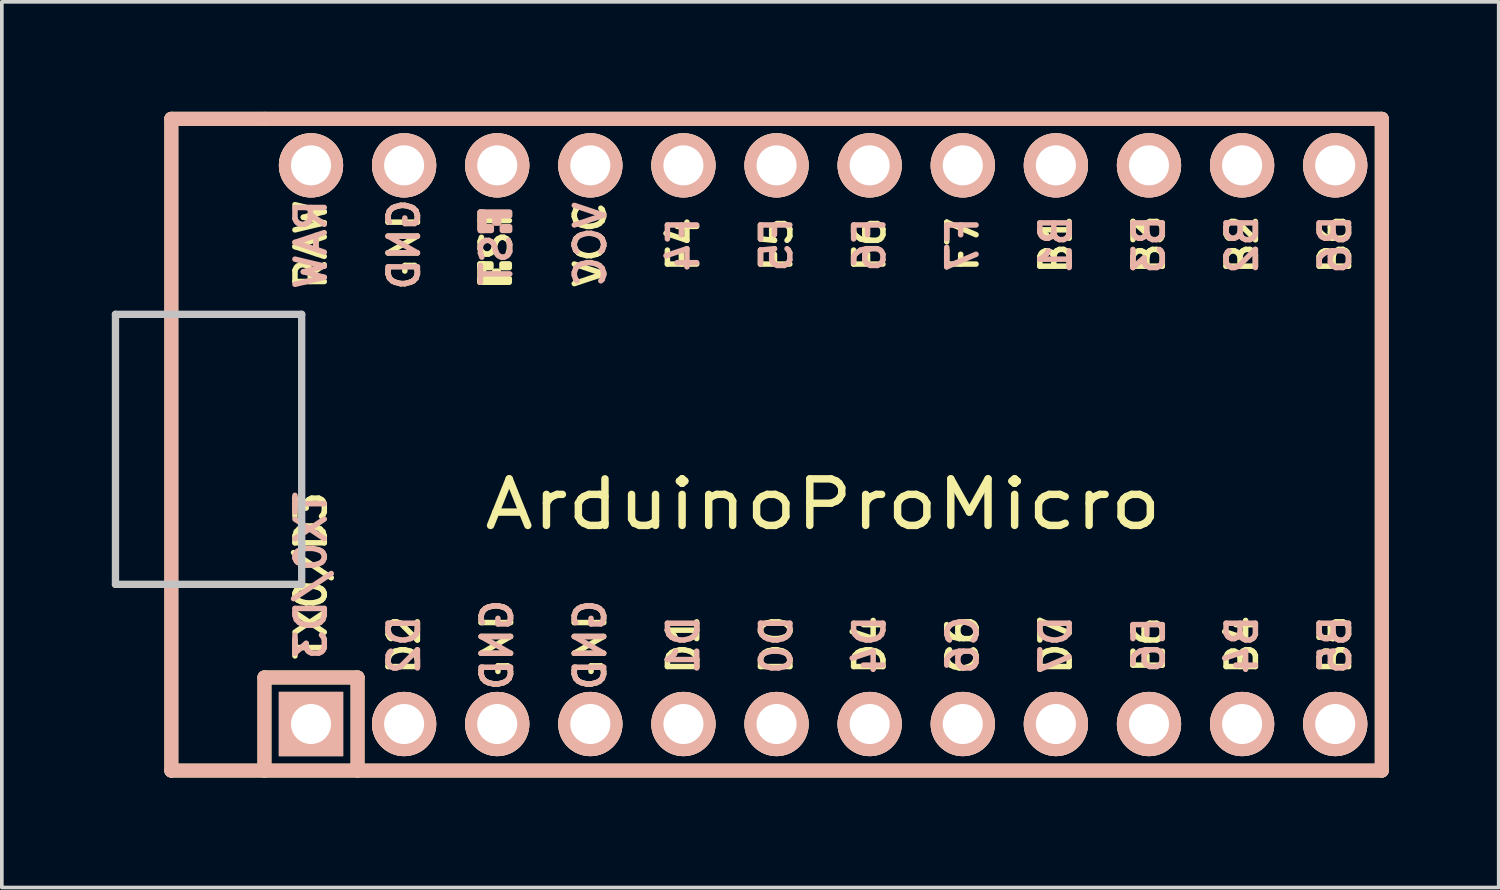
<source format=kicad_pcb>
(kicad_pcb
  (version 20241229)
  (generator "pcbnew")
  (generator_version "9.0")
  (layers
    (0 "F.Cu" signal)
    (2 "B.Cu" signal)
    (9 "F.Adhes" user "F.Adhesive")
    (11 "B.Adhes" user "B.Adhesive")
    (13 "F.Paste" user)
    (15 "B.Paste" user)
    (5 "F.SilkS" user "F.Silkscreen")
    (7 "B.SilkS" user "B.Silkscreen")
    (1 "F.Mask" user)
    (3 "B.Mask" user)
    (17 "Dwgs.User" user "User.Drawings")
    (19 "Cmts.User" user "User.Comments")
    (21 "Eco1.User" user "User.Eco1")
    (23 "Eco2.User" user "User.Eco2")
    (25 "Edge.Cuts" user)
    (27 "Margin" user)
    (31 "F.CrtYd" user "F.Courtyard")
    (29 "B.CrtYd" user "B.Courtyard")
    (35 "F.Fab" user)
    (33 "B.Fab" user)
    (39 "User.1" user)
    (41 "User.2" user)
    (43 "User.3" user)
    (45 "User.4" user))
  (footprint "ArduinoProMicro"
    (layer "F.Cu")
    (at 19.404 9.081)
    (property "Reference" "ArduinoProMicro" (at 0 1.625 0) (layer "F.SilkS") (effects (font (size 1.27 1.524) (thickness 0.203))))
    (attr through_hole)
    (fp_line (start -17.78 -8.89) (end -17.78 8.89) (stroke (width 0.381) (type solid)) (layer "F.SilkS"))
    (fp_line (start -17.78 8.89) (end -15.24 8.89) (stroke (width 0.381) (type solid)) (layer "F.SilkS"))
    (fp_line (start -15.24 -8.89) (end -17.78 -8.89) (stroke (width 0.381) (type solid)) (layer "F.SilkS"))
    (fp_line (start -15.24 6.35) (end -15.24 8.89) (stroke (width 0.381) (type solid)) (layer "F.SilkS"))
    (fp_line (start -15.24 6.35) (end -12.7 6.35) (stroke (width 0.381) (type solid)) (layer "F.SilkS"))
    (fp_line (start -15.24 8.89) (end 15.24 8.89) (stroke (width 0.381) (type solid)) (layer "F.SilkS"))
    (fp_line (start -12.7 6.35) (end -12.7 8.89) (stroke (width 0.381) (type solid)) (layer "F.SilkS"))
    (fp_line (start 15.24 -8.89) (end -15.24 -8.89) (stroke (width 0.381) (type solid)) (layer "F.SilkS"))
    (fp_line (start 15.24 8.89) (end 15.24 -8.89) (stroke (width 0.381) (type solid)) (layer "F.SilkS"))
    (fp_poly (pts (xy -9.361 -4.932) (xy -9.261 -4.932) (xy -9.261 -4.432) (xy -9.361 -4.432)) (stroke (width 0.15) (type solid)) (fill yes) (layer "F.SilkS"))
    (fp_poly (pts (xy -9.361 -4.932) (xy -9.061 -4.932) (xy -9.061 -4.832) (xy -9.361 -4.832)) (stroke (width 0.15) (type solid)) (fill yes) (layer "F.SilkS"))
    (fp_poly (pts (xy -9.361 -4.532) (xy -8.561 -4.532) (xy -8.561 -4.432) (xy -9.361 -4.432)) (stroke (width 0.15) (type solid)) (fill yes) (layer "F.SilkS"))
    (fp_poly (pts (xy -8.961 -4.732) (xy -8.861 -4.732) (xy -8.861 -4.632) (xy -8.961 -4.632)) (stroke (width 0.15) (type solid)) (fill yes) (layer "F.SilkS"))
    (fp_poly (pts (xy -8.761 -4.932) (xy -8.561 -4.932) (xy -8.561 -4.832) (xy -8.761 -4.832)) (stroke (width 0.15) (type solid)) (fill yes) (layer "F.SilkS"))
    (fp_line (start -17.78 -8.89) (end -17.78 8.89) (stroke (width 0.381) (type solid)) (layer "B.SilkS"))
    (fp_line (start -17.78 8.89) (end 15.24 8.89) (stroke (width 0.381) (type solid)) (layer "B.SilkS"))
    (fp_line (start -15.24 6.35) (end -15.24 8.89) (stroke (width 0.381) (type solid)) (layer "B.SilkS"))
    (fp_line (start -15.24 6.35) (end -12.7 6.35) (stroke (width 0.381) (type solid)) (layer "B.SilkS"))
    (fp_line (start -12.7 6.35) (end -12.7 8.89) (stroke (width 0.381) (type solid)) (layer "B.SilkS"))
    (fp_line (start 15.24 -8.89) (end -17.78 -8.89) (stroke (width 0.381) (type solid)) (layer "B.SilkS"))
    (fp_line (start 15.24 8.89) (end 15.24 -8.89) (stroke (width 0.381) (type solid)) (layer "B.SilkS"))
    (fp_poly (pts (xy -9.351 -6.245) (xy -8.551 -6.245) (xy -8.551 -6.345) (xy -9.351 -6.345)) (stroke (width 0.15) (type solid)) (fill yes) (layer "B.SilkS"))
    (fp_poly (pts (xy -9.351 -5.845) (xy -9.251 -5.845) (xy -9.251 -6.345) (xy -9.351 -6.345)) (stroke (width 0.15) (type solid)) (fill yes) (layer "B.SilkS"))
    (fp_poly (pts (xy -9.351 -5.845) (xy -9.051 -5.845) (xy -9.051 -5.945) (xy -9.351 -5.945)) (stroke (width 0.15) (type solid)) (fill yes) (layer "B.SilkS"))
    (fp_poly (pts (xy -8.951 -6.045) (xy -8.851 -6.045) (xy -8.851 -6.145) (xy -8.951 -6.145)) (stroke (width 0.15) (type solid)) (fill yes) (layer "B.SilkS"))
    (fp_poly (pts (xy -8.751 -5.845) (xy -8.551 -5.845) (xy -8.551 -5.945) (xy -8.751 -5.945)) (stroke (width 0.15) (type solid)) (fill yes) (layer "B.SilkS"))
    (fp_line (start -19.304 -3.556) (end -14.224 -3.556) (stroke (width 0.2) (type solid)) (layer "Dwgs.User"))
    (fp_line (start -19.304 3.81) (end -19.304 -3.556) (stroke (width 0.2) (type solid)) (layer "Dwgs.User"))
    (fp_line (start -14.224 -3.556) (end -14.224 3.81) (stroke (width 0.2) (type solid)) (layer "Dwgs.User"))
    (fp_line (start -14.224 3.81) (end -19.304 3.81) (stroke (width 0.2) (type solid)) (layer "Dwgs.User"))
    (fp_text user "B5" (at 13.97 5.461 90) (layer "F.SilkS") (effects (font (size 0.8 0.8) (thickness 0.15))))
    (fp_text user "F5" (at -1.27 -5.461 90) (layer "F.SilkS") (effects (font (size 0.8 0.8) (thickness 0.15))))
    (fp_text user "D7" (at 6.35 5.461 90) (layer "F.SilkS") (effects (font (size 0.8 0.8) (thickness 0.15))))
    (fp_text user "D1" (at -3.81 5.461 90) (layer "F.SilkS") (effects (font (size 0.8 0.8) (thickness 0.15))))
    (fp_text user "B2" (at 11.43 -5.461 90) (layer "F.SilkS") (effects (font (size 0.8 0.8) (thickness 0.15))))
    (fp_text user "VCC" (at -6.35 -5.461 90) (layer "F.SilkS") (effects (font (size 0.8 0.8) (thickness 0.15))))
    (fp_text user "B3" (at 8.89 -5.461 90) (layer "F.SilkS") (effects (font (size 0.8 0.8) (thickness 0.15))))
    (fp_text user "E6" (at 8.89 5.461 90) (layer "F.SilkS") (effects (font (size 0.8 0.8) (thickness 0.15))))
    (fp_text user "TX0/D3" (at -13.97 3.572 90) (layer "F.SilkS") (effects (font (size 0.8 0.8) (thickness 0.15))))
    (fp_text user "B1" (at 6.35 -5.461 90) (layer "F.SilkS") (effects (font (size 0.8 0.8) (thickness 0.15))))
    (fp_text user "F6" (at 1.27 -5.461 90) (layer "F.SilkS") (effects (font (size 0.8 0.8) (thickness 0.15))))
    (fp_text user "D4" (at 1.27 5.461 90) (layer "F.SilkS") (effects (font (size 0.8 0.8) (thickness 0.15))))
    (fp_text user "RAW" (at -13.97 -5.461 90) (layer "F.SilkS") (effects (font (size 0.8 0.8) (thickness 0.15))))
    (fp_text user "F7" (at 3.81 -5.461 90) (layer "F.SilkS") (effects (font (size 0.8 0.8) (thickness 0.15))))
    (fp_text user "C6" (at 3.81 5.461 90) (layer "F.SilkS") (effects (font (size 0.8 0.8) (thickness 0.15))))
    (fp_text user "F4" (at -3.81 -5.461 90) (layer "F.SilkS") (effects (font (size 0.8 0.8) (thickness 0.15))))
    (fp_text user "GND" (at -8.89 5.461 90) (layer "F.SilkS") (effects (font (size 0.8 0.8) (thickness 0.15))))
    (fp_text user "D0" (at -1.27 5.461 90) (layer "F.SilkS") (effects (font (size 0.8 0.8) (thickness 0.15))))
    (fp_text user "D2" (at -11.43 5.461 90) (layer "F.SilkS") (effects (font (size 0.8 0.8) (thickness 0.15))))
    (fp_text user "B4" (at 11.43 5.461 90) (layer "F.SilkS") (effects (font (size 0.8 0.8) (thickness 0.15))))
    (fp_text user "GND" (at -6.35 5.461 90) (layer "F.SilkS") (effects (font (size 0.8 0.8) (thickness 0.15))))
    (fp_text user "B6" (at 13.97 -5.461 90) (layer "F.SilkS") (effects (font (size 0.8 0.8) (thickness 0.15))))
    (fp_text user "ST" (at -8.92 -5.733 90) (layer "F.SilkS") (effects (font (size 0.8 0.8) (thickness 0.15))))
    (fp_text user "GND" (at -11.43 -5.461 90) (layer "F.SilkS") (effects (font (size 0.8 0.8) (thickness 0.15))))
    (fp_text user "F7" (at 3.81 -5.461 90) (layer "B.SilkS") (effects (font (size 0.8 0.8) (thickness 0.15)) (justify mirror)))
    (fp_text user "D2" (at -11.43 5.461 90) (layer "B.SilkS") (effects (font (size 0.8 0.8) (thickness 0.15)) (justify mirror)))
    (fp_text user "D7" (at 6.35 5.461 90) (layer "B.SilkS") (effects (font (size 0.8 0.8) (thickness 0.15)) (justify mirror)))
    (fp_text user "D4" (at 1.27 5.461 90) (layer "B.SilkS") (effects (font (size 0.8 0.8) (thickness 0.15)) (justify mirror)))
    (fp_text user "GND" (at -11.43 -5.461 90) (layer "B.SilkS") (effects (font (size 0.8 0.8) (thickness 0.15)) (justify mirror)))
    (fp_text user "F6" (at 1.27 -5.461 90) (layer "B.SilkS") (effects (font (size 0.8 0.8) (thickness 0.15)) (justify mirror)))
    (fp_text user "D1" (at -3.81 5.461 90) (layer "B.SilkS") (effects (font (size 0.8 0.8) (thickness 0.15)) (justify mirror)))
    (fp_text user "TX0/D3" (at -13.97 3.572 90) (layer "B.SilkS") (effects (font (size 0.8 0.8) (thickness 0.15)) (justify mirror)))
    (fp_text user "B1" (at 6.35 -5.461 90) (layer "B.SilkS") (effects (font (size 0.8 0.8) (thickness 0.15)) (justify mirror)))
    (fp_text user "C6" (at 3.81 5.461 90) (layer "B.SilkS") (effects (font (size 0.8 0.8) (thickness 0.15)) (justify mirror)))
    (fp_text user "B6" (at 13.97 -5.461 90) (layer "B.SilkS") (effects (font (size 0.8 0.8) (thickness 0.15)) (justify mirror)))
    (fp_text user "B2" (at 11.43 -5.461 90) (layer "B.SilkS") (effects (font (size 0.8 0.8) (thickness 0.15)) (justify mirror)))
    (fp_text user "ST" (at -8.91 -5.04 90) (layer "B.SilkS") (effects (font (size 0.8 0.8) (thickness 0.15)) (justify mirror)))
    (fp_text user "F4" (at -3.81 -5.461 90) (layer "B.SilkS") (effects (font (size 0.8 0.8) (thickness 0.15)) (justify mirror)))
    (fp_text user "B3" (at 8.89 -5.461 90) (layer "B.SilkS") (effects (font (size 0.8 0.8) (thickness 0.15)) (justify mirror)))
    (fp_text user "F5" (at -1.27 -5.461 90) (layer "B.SilkS") (effects (font (size 0.8 0.8) (thickness 0.15)) (justify mirror)))
    (fp_text user "D0" (at -1.27 5.461 90) (layer "B.SilkS") (effects (font (size 0.8 0.8) (thickness 0.15)) (justify mirror)))
    (fp_text user "B4" (at 11.43 5.461 90) (layer "B.SilkS") (effects (font (size 0.8 0.8) (thickness 0.15)) (justify mirror)))
    (fp_text user "VCC" (at -6.35 -5.461 90) (layer "B.SilkS") (effects (font (size 0.8 0.8) (thickness 0.15)) (justify mirror)))
    (fp_text user "GND" (at -8.89 5.461 90) (layer "B.SilkS") (effects (font (size 0.8 0.8) (thickness 0.15)) (justify mirror)))
    (fp_text user "B5" (at 13.97 5.461 90) (layer "B.SilkS") (effects (font (size 0.8 0.8) (thickness 0.15)) (justify mirror)))
    (fp_text user "RAW" (at -13.97 -5.461 90) (layer "B.SilkS") (effects (font (size 0.8 0.8) (thickness 0.15)) (justify mirror)))
    (fp_text user "E6" (at 8.89 5.461 90) (layer "B.SilkS") (effects (font (size 0.8 0.8) (thickness 0.15)) (justify mirror)))
    (fp_text user "GND" (at -6.35 5.461 90) (layer "B.SilkS") (effects (font (size 0.8 0.8) (thickness 0.15)) (justify mirror)))
    (pad "1" thru_hole rect (at -13.97 7.62) (size 1.753 1.753) (drill 1.092) (layers "*.Cu" "*.SilkS" "*.Mask"))
    (pad "2" thru_hole circle (at -11.43 7.62) (size 1.753 1.753) (drill 1.092) (layers "*.Cu" "*.SilkS" "*.Mask"))
    (pad "3" thru_hole circle (at -8.89 7.62) (size 1.753 1.753) (drill 1.092) (layers "*.Cu" "*.SilkS" "*.Mask"))
    (pad "4" thru_hole circle (at -6.35 7.62) (size 1.753 1.753) (drill 1.092) (layers "*.Cu" "*.SilkS" "*.Mask"))
    (pad "5" thru_hole circle (at -3.81 7.62) (size 1.753 1.753) (drill 1.092) (layers "*.Cu" "*.SilkS" "*.Mask"))
    (pad "6" thru_hole circle (at -1.27 7.62) (size 1.753 1.753) (drill 1.092) (layers "*.Cu" "*.SilkS" "*.Mask"))
    (pad "7" thru_hole circle (at 1.27 7.62) (size 1.753 1.753) (drill 1.092) (layers "*.Cu" "*.SilkS" "*.Mask"))
    (pad "8" thru_hole circle (at 3.81 7.62) (size 1.753 1.753) (drill 1.092) (layers "*.Cu" "*.SilkS" "*.Mask"))
    (pad "9" thru_hole circle (at 6.35 7.62) (size 1.753 1.753) (drill 1.092) (layers "*.Cu" "*.SilkS" "*.Mask"))
    (pad "10" thru_hole circle (at 8.89 7.62) (size 1.753 1.753) (drill 1.092) (layers "*.Cu" "*.SilkS" "*.Mask"))
    (pad "11" thru_hole circle (at 11.43 7.62) (size 1.753 1.753) (drill 1.092) (layers "*.Cu" "*.SilkS" "*.Mask"))
    (pad "12" thru_hole circle (at 13.97 7.62) (size 1.753 1.753) (drill 1.092) (layers "*.Cu" "*.SilkS" "*.Mask"))
    (pad "13" thru_hole circle (at 13.97 -7.62) (size 1.753 1.753) (drill 1.092) (layers "*.Cu" "*.SilkS" "*.Mask"))
    (pad "14" thru_hole circle (at 11.43 -7.62) (size 1.753 1.753) (drill 1.092) (layers "*.Cu" "*.SilkS" "*.Mask"))
    (pad "15" thru_hole circle (at 8.89 -7.62) (size 1.753 1.753) (drill 1.092) (layers "*.Cu" "*.SilkS" "*.Mask"))
    (pad "16" thru_hole circle (at 6.35 -7.62) (size 1.753 1.753) (drill 1.092) (layers "*.Cu" "*.SilkS" "*.Mask"))
    (pad "17" thru_hole circle (at 3.81 -7.62) (size 1.753 1.753) (drill 1.092) (layers "*.Cu" "*.SilkS" "*.Mask"))
    (pad "18" thru_hole circle (at 1.27 -7.62) (size 1.753 1.753) (drill 1.092) (layers "*.Cu" "*.SilkS" "*.Mask"))
    (pad "19" thru_hole circle (at -1.27 -7.62) (size 1.753 1.753) (drill 1.092) (layers "*.Cu" "*.SilkS" "*.Mask"))
    (pad "20" thru_hole circle (at -3.81 -7.62) (size 1.753 1.753) (drill 1.092) (layers "*.Cu" "*.SilkS" "*.Mask"))
    (pad "21" thru_hole circle (at -6.35 -7.62) (size 1.753 1.753) (drill 1.092) (layers "*.Cu" "*.SilkS" "*.Mask"))
    (pad "22" thru_hole circle (at -8.89 -7.62) (size 1.753 1.753) (drill 1.092) (layers "*.Cu" "*.SilkS" "*.Mask"))
    (pad "23" thru_hole circle (at -11.43 -7.62) (size 1.753 1.753) (drill 1.092) (layers "*.Cu" "*.SilkS" "*.Mask"))
    (pad "24" thru_hole circle (at -13.97 -7.62) (size 1.753 1.753) (drill 1.092) (layers "*.Cu" "*.SilkS" "*.Mask")))
  (gr_rect
    (start -3 -3)
    (end 37.834 21.161)
    (stroke (width 0.1) (type default))
    (fill no)
    (layer "Edge.Cuts")))
</source>
